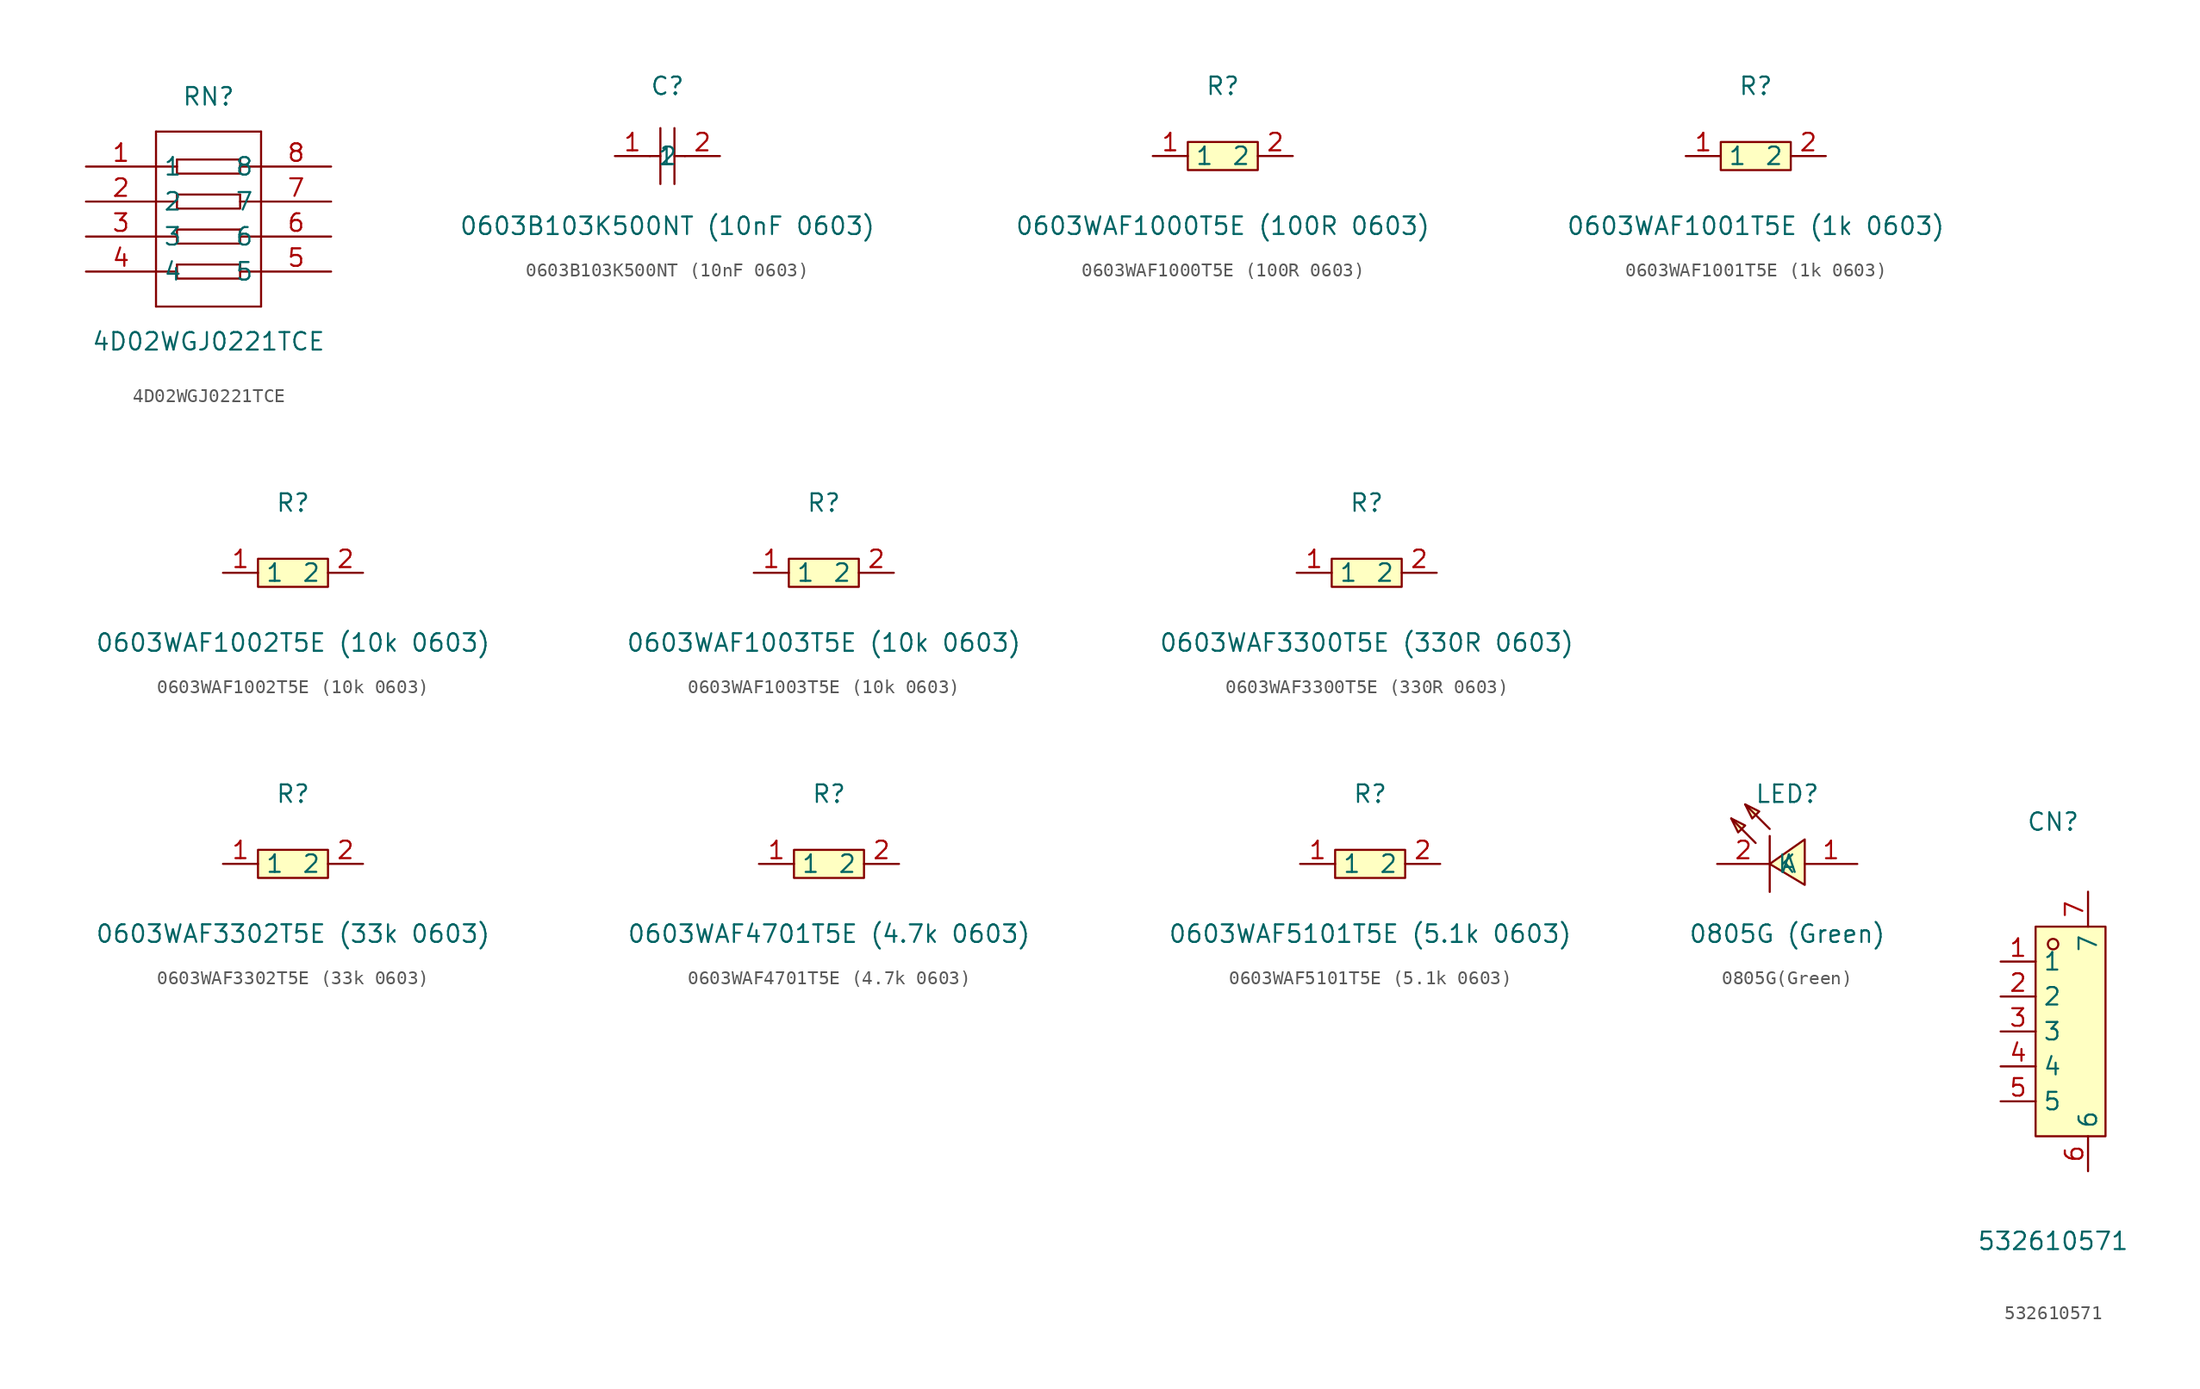
<source format=kicad_sym>
(kicad_symbol_lib
  (version 20231120)
  (generator "kicad_symbol_editor")
  (generator_version "8.0")
  (symbol "4D02WGJ0221TCE"
    (property "Reference" "RN"
      (at 0 8.89 0)
      (effects (font (size 1.27 1.27))))
    (property "Value" "4D02WGJ0221TCE"
      (at 0 -8.89 0)
      (effects (font (size 1.27 1.27))))
    (symbol "4D02WGJ0221TCE_0_1"
      (polyline (pts (xy -3.81 -3.81) (xy -2.29 -3.81)) (stroke (width 0) (type default) (color 0 0 0 0)) (fill (type none)))
      (polyline (pts (xy -3.81 6.35) (xy -3.81 -6.35)) (stroke (width 0) (type default) (color 0 0 0 0)) (fill (type none)))
      (polyline (pts (xy 3.81 6.35) (xy 3.81 -6.35)) (stroke (width 0) (type default) (color 0 0 0 0)) (fill (type none)))
      (polyline (pts (xy -3.81 3.81) (xy -2.29 3.81)) (stroke (width 0) (type default) (color 0 0 0 0)) (fill (type none)))
      (polyline (pts (xy -3.81 -1.27) (xy -2.29 -1.27)) (stroke (width 0) (type default) (color 0 0 0 0)) (fill (type none)))
      (polyline (pts (xy -3.81 6.35) (xy 3.81 6.35)) (stroke (width 0) (type default) (color 0 0 0 0)) (fill (type none)))
      (polyline (pts (xy -3.81 1.27) (xy -2.29 1.27)) (stroke (width 0) (type default) (color 0 0 0 0)) (fill (type none)))
      (polyline (pts (xy -2.29 4.32) (xy 2.29 4.32)) (stroke (width 0) (type default) (color 0 0 0 0)) (fill (type none)))
      (polyline (pts (xy -2.29 4.32) (xy -2.29 3.30) (xy 2.29 3.30) (xy 2.29 4.32)) (stroke (width 0) (type default) (color 0 0 0 0)) (fill (type none)))
      (polyline (pts (xy -2.29 1.78) (xy 2.29 1.78)) (stroke (width 0) (type default) (color 0 0 0 0)) (fill (type none)))
      (polyline (pts (xy -2.29 1.78) (xy -2.29 0.76) (xy 2.29 0.76) (xy 2.29 1.78)) (stroke (width 0) (type default) (color 0 0 0 0)) (fill (type none)))
      (polyline (pts (xy -2.29 -0.76) (xy 2.29 -0.76)) (stroke (width 0) (type default) (color 0 0 0 0)) (fill (type none)))
      (polyline (pts (xy -2.29 -0.76) (xy -2.29 -1.78) (xy 2.29 -1.78) (xy 2.29 -0.76)) (stroke (width 0) (type default) (color 0 0 0 0)) (fill (type none)))
      (polyline (pts (xy -2.29 -3.30) (xy 2.29 -3.30)) (stroke (width 0) (type default) (color 0 0 0 0)) (fill (type none)))
      (polyline (pts (xy -2.29 -3.30) (xy -2.29 -4.32) (xy 2.29 -4.32) (xy 2.29 -3.30)) (stroke (width 0) (type default) (color 0 0 0 0)) (fill (type none)))
      (polyline (pts (xy 2.29 3.81) (xy 3.81 3.81)) (stroke (width 0) (type default) (color 0 0 0 0)) (fill (type none)))
      (polyline (pts (xy 2.29 1.27) (xy 3.81 1.27)) (stroke (width 0) (type default) (color 0 0 0 0)) (fill (type none)))
      (polyline (pts (xy 2.29 -1.27) (xy 3.81 -1.27)) (stroke (width 0) (type default) (color 0 0 0 0)) (fill (type none)))
      (polyline (pts (xy 2.29 -3.81) (xy 3.81 -3.81)) (stroke (width 0) (type default) (color 0 0 0 0)) (fill (type none)))
      (polyline (pts (xy -3.81 -6.35) (xy 3.81 -6.35)) (stroke (width 0) (type default) (color 0 0 0 0)) (fill (type none)))
      (pin input line (at -8.89 3.81 0) (length 5.08) (name "1" (effects (font (size 1.27 1.27)))) (number "1" (effects (font (size 1.27 1.27)))))
      (pin input line (at -8.89 1.27 0) (length 5.08) (name "2" (effects (font (size 1.27 1.27)))) (number "2" (effects (font (size 1.27 1.27)))))
      (pin input line (at -8.89 -1.27 0) (length 5.08) (name "3" (effects (font (size 1.27 1.27)))) (number "3" (effects (font (size 1.27 1.27)))))
      (pin input line (at -8.89 -3.81 0) (length 5.08) (name "4" (effects (font (size 1.27 1.27)))) (number "4" (effects (font (size 1.27 1.27)))))
      (pin input line (at 8.89 -3.81 180) (length 5.08) (name "5" (effects (font (size 1.27 1.27)))) (number "5" (effects (font (size 1.27 1.27)))))
      (pin input line (at 8.89 -1.27 180) (length 5.08) (name "6" (effects (font (size 1.27 1.27)))) (number "6" (effects (font (size 1.27 1.27)))))
      (pin input line (at 8.89 1.27 180) (length 5.08) (name "7" (effects (font (size 1.27 1.27)))) (number "7" (effects (font (size 1.27 1.27)))))
      (pin input line (at 8.89 3.81 180) (length 5.08) (name "8" (effects (font (size 1.27 1.27)))) (number "8" (effects (font (size 1.27 1.27)))))))
  (symbol "0603B103K500NT (10nF 0603)"
    (property "Reference" "C"
      (at 0 5.08 0)
      (effects (font (size 1.27 1.27))))
    (property "Value" "0603B103K500NT (10nF 0603)"
      (at 0 -5.08 0)
      (effects (font (size 1.27 1.27))))
    (symbol "0603B103K500NT (10nF 0603)_0_1"
      (polyline (pts (xy -1.27 0) (xy -0.51 0)) (stroke (width 0) (type default)) (fill (type none)))
      (polyline (pts (xy -0.51 2.03) (xy -0.51 -2.03)) (stroke (width 0) (type default)) (fill (type none)))
      (polyline (pts (xy 0.51 0) (xy 1.27 0)) (stroke (width 0) (type default)) (fill (type none)))
      (polyline (pts (xy 0.51 2.03) (xy 0.51 -2.03)) (stroke (width 0) (type default)) (fill (type none)))
      (pin input line (at -3.81 0 0) (length 2.54) (name "1" (effects (font (size 1.27 1.27)))) (number "1" (effects (font (size 1.27 1.27)))))
      (pin input line (at 3.81 0 180) (length 2.54) (name "2" (effects (font (size 1.27 1.27)))) (number "2" (effects (font (size 1.27 1.27)))))))
  (symbol "0603WAF1000T5E (100R 0603)"
    (property "Reference" "R"
      (at 0 5.08 0)
      (effects (font (size 1.27 1.27))))
    (property "Value" "0603WAF1000T5E (100R 0603)"
      (at 0 -5.08 0)
      (effects (font (size 1.27 1.27))))
    (symbol "0603WAF1000T5E (100R 0603)_0_1"
      (rectangle (start -2.54 1.02) (end 2.54 -1.02) (stroke (width 0) (type default)) (fill (type background)))
      (pin input line (at -5.08 0 0) (length 2.54) (name "1" (effects (font (size 1.27 1.27)))) (number "1" (effects (font (size 1.27 1.27)))))
      (pin input line (at 5.08 0 180) (length 2.54) (name "2" (effects (font (size 1.27 1.27)))) (number "2" (effects (font (size 1.27 1.27)))))))
  (symbol "0603WAF1001T5E (1k 0603)"
    (property "Reference" "R"
      (at 0 5.08 0)
      (effects (font (size 1.27 1.27))))
    (property "Value" "0603WAF1001T5E (1k 0603)"
      (at 0 -5.08 0)
      (effects (font (size 1.27 1.27))))
    (symbol "0603WAF1001T5E (1k 0603)_0_1"
      (rectangle (start -2.54 1.02) (end 2.54 -1.02) (stroke (width 0) (type default)) (fill (type background)))
      (pin input line (at -5.08 0 0) (length 2.54) (name "1" (effects (font (size 1.27 1.27)))) (number "1" (effects (font (size 1.27 1.27)))))
      (pin input line (at 5.08 0 180) (length 2.54) (name "2" (effects (font (size 1.27 1.27)))) (number "2" (effects (font (size 1.27 1.27)))))))
  (symbol "0603WAF1002T5E (10k 0603)"
    (property "Reference" "R"
      (at 0 5.08 0)
      (effects (font (size 1.27 1.27))))
    (property "Value" "0603WAF1002T5E (10k 0603)"
      (at 0 -5.08 0)
      (effects (font (size 1.27 1.27))))
    (symbol "0603WAF1002T5E (10k 0603)_0_1"
      (rectangle (start -2.54 1.02) (end 2.54 -1.02) (stroke (width 0) (type default)) (fill (type background)))
      (pin input line (at -5.08 0 0) (length 2.54) (name "1" (effects (font (size 1.27 1.27)))) (number "1" (effects (font (size 1.27 1.27)))))
      (pin input line (at 5.08 0 180) (length 2.54) (name "2" (effects (font (size 1.27 1.27)))) (number "2" (effects (font (size 1.27 1.27)))))))
  (symbol "0603WAF1003T5E (10k 0603)"
    (property "Reference" "R"
      (at 0 5.08 0)
      (effects (font (size 1.27 1.27))))
    (property "Value" "0603WAF1003T5E (10k 0603)"
      (at 0 -5.08 0)
      (effects (font (size 1.27 1.27))))
    (symbol "0603WAF1003T5E (10k 0603)_0_1"
      (rectangle (start -2.54 1.02) (end 2.54 -1.02) (stroke (width 0) (type default)) (fill (type background)))
      (pin input line (at -5.08 0 0) (length 2.54) (name "1" (effects (font (size 1.27 1.27)))) (number "1" (effects (font (size 1.27 1.27)))))
      (pin input line (at 5.08 0 180) (length 2.54) (name "2" (effects (font (size 1.27 1.27)))) (number "2" (effects (font (size 1.27 1.27)))))))
  (symbol "0603WAF3300T5E (330R 0603)"
    (property "Reference" "R"
      (at 0 5.08 0)
      (effects (font (size 1.27 1.27))))
    (property "Value" "0603WAF3300T5E (330R 0603)"
      (at 0 -5.08 0)
      (effects (font (size 1.27 1.27))))
    (symbol "0603WAF3300T5E (330R 0603)_0_1"
      (rectangle (start -2.54 1.02) (end 2.54 -1.02) (stroke (width 0) (type default)) (fill (type background)))
      (pin input line (at -5.08 0 0) (length 2.54) (name "1" (effects (font (size 1.27 1.27)))) (number "1" (effects (font (size 1.27 1.27)))))
      (pin input line (at 5.08 0 180) (length 2.54) (name "2" (effects (font (size 1.27 1.27)))) (number "2" (effects (font (size 1.27 1.27)))))))
  (symbol "0603WAF3302T5E (33k 0603)"
    (property "Reference" "R"
      (at 0 5.08 0)
      (effects (font (size 1.27 1.27))))
    (property "Value" "0603WAF3302T5E (33k 0603)"
      (at 0 -5.08 0)
      (effects (font (size 1.27 1.27))))
    (symbol "0603WAF3302T5E (33k 0603)_0_1"
      (rectangle (start -2.54 1.02) (end 2.54 -1.02) (stroke (width 0) (type default)) (fill (type background)))
      (pin input line (at -5.08 0 0) (length 2.54) (name "1" (effects (font (size 1.27 1.27)))) (number "1" (effects (font (size 1.27 1.27)))))
      (pin input line (at 5.08 0 180) (length 2.54) (name "2" (effects (font (size 1.27 1.27)))) (number "2" (effects (font (size 1.27 1.27)))))))
  (symbol "0603WAF4701T5E (4.7k 0603)"
    (property "Reference" "R"
      (at 0 5.08 0)
      (effects (font (size 1.27 1.27))))
    (property "Value" "0603WAF4701T5E (4.7k 0603)"
      (at 0 -5.08 0)
      (effects (font (size 1.27 1.27))))
    (symbol "0603WAF4701T5E (4.7k 0603)_0_1"
      (rectangle (start -2.54 1.02) (end 2.54 -1.02) (stroke (width 0) (type default)) (fill (type background)))
      (pin input line (at -5.08 0 0) (length 2.54) (name "1" (effects (font (size 1.27 1.27)))) (number "1" (effects (font (size 1.27 1.27)))))
      (pin input line (at 5.08 0 180) (length 2.54) (name "2" (effects (font (size 1.27 1.27)))) (number "2" (effects (font (size 1.27 1.27)))))))
  (symbol "0603WAF5101T5E (5.1k 0603)"
    (property "Reference" "R"
      (at 0 5.08 0)
      (effects (font (size 1.27 1.27))))
    (property "Value" "0603WAF5101T5E (5.1k 0603)"
      (at 0 -5.08 0)
      (effects (font (size 1.27 1.27))))
    (symbol "0603WAF5101T5E (5.1k 0603)_0_1"
      (rectangle (start -2.54 1.02) (end 2.54 -1.02) (stroke (width 0) (type default)) (fill (type background)))
      (pin input line (at -5.08 0 0) (length 2.54) (name "1" (effects (font (size 1.27 1.27)))) (number "1" (effects (font (size 1.27 1.27)))))
      (pin input line (at 5.08 0 180) (length 2.54) (name "2" (effects (font (size 1.27 1.27)))) (number "2" (effects (font (size 1.27 1.27)))))))
  (symbol "0805G(Green)"
    (property "Reference" "LED"
      (at 0 5.08 0)
      (effects (font (size 1.27 1.27))))
    (property "Value" "0805G (Green)"
      (at 0 -5.08 0)
      (effects (font (size 1.27 1.27))))
    (symbol "0805G(Green)_0_1"
      (polyline (pts (xy -2.29 1.52) (xy -4.06 3.3)) (stroke (width 0) (type default)) (fill (type none)))
      (polyline (pts (xy -1.27 2.03) (xy -1.27 -2.03)) (stroke (width 0) (type default)) (fill (type none)))
      (polyline (pts (xy -1.27 2.54) (xy -3.05 4.32)) (stroke (width 0) (type default)) (fill (type none)))
      (polyline (pts (xy -4.06 3.3) (xy -3.05 2.79) (xy -3.56 2.29) (xy -4.06 3.3)) (stroke (width 0) (type default)) (fill (type background)))
      (polyline (pts (xy -3.05 4.32) (xy -2.03 3.81) (xy -2.54 3.3) (xy -3.05 4.32)) (stroke (width 0) (type default)) (fill (type background)))
      (polyline (pts (xy 1.27 -1.52) (xy -1.27 0) (xy 1.27 1.78) (xy 1.27 -1.52)) (stroke (width 0) (type default)) (fill (type background)))
      (pin unspecified line (at 5.08 0 180) (length 3.81) (name "A" (effects (font (size 1.27 1.27)))) (number "1" (effects (font (size 1.27 1.27)))))
      (pin unspecified line (at -5.08 0 0) (length 3.81) (name "K" (effects (font (size 1.27 1.27)))) (number "2" (effects (font (size 1.27 1.27)))))))
  (symbol "532610571"
    (property "Reference" "CN"
      (at 0 15.24 0)
      (effects (font (size 1.27 1.27))))
    (property "Value" "532610571"
      (at 0 -15.24 0)
      (effects (font (size 1.27 1.27))))
    (symbol "532610571_0_1"
      (rectangle (start -1.27 7.62) (end 3.81 -7.62) (stroke (width 0) (type default)) (fill (type background)))
      (circle (center 0 6.35) (radius 0.38) (stroke (width 0) (type default)) (fill (type none)))
      (pin unspecified line (at -3.81 5.08 0) (length 2.54) (name "1" (effects (font (size 1.27 1.27)))) (number "1" (effects (font (size 1.27 1.27)))))
      (pin unspecified line (at -3.81 2.54 0) (length 2.54) (name "2" (effects (font (size 1.27 1.27)))) (number "2" (effects (font (size 1.27 1.27)))))
      (pin unspecified line (at -3.81 0 0) (length 2.54) (name "3" (effects (font (size 1.27 1.27)))) (number "3" (effects (font (size 1.27 1.27)))))
      (pin unspecified line (at -3.81 -2.54 0) (length 2.54) (name "4" (effects (font (size 1.27 1.27)))) (number "4" (effects (font (size 1.27 1.27)))))
      (pin unspecified line (at -3.81 -5.08 0) (length 2.54) (name "5" (effects (font (size 1.27 1.27)))) (number "5" (effects (font (size 1.27 1.27)))))
      (pin unspecified line (at 2.54 -10.16 90) (length 2.54) (name "6" (effects (font (size 1.27 1.27)))) (number "6" (effects (font (size 1.27 1.27)))))
      (pin unspecified line (at 2.54 10.16 270) (length 2.54) (name "7" (effects (font (size 1.27 1.27)))) (number "7" (effects (font (size 1.27 1.27))))))))
</source>
